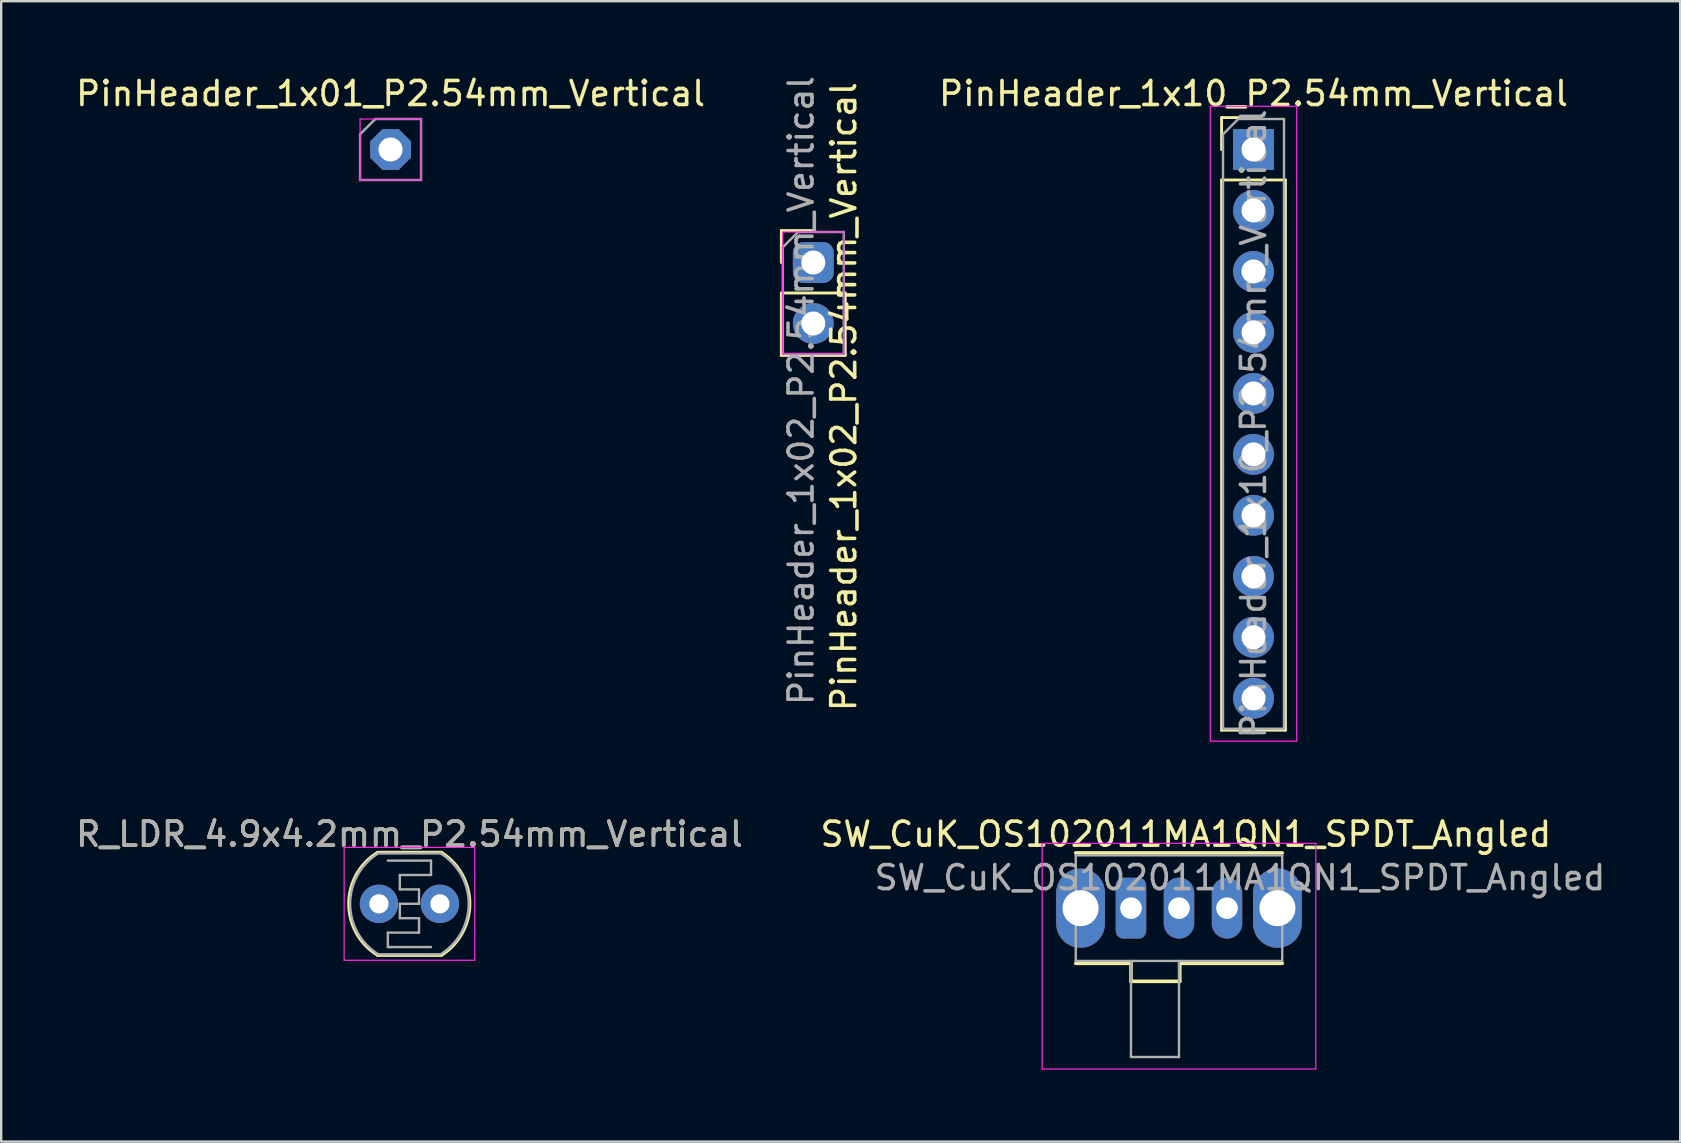
<source format=kicad_pcb>
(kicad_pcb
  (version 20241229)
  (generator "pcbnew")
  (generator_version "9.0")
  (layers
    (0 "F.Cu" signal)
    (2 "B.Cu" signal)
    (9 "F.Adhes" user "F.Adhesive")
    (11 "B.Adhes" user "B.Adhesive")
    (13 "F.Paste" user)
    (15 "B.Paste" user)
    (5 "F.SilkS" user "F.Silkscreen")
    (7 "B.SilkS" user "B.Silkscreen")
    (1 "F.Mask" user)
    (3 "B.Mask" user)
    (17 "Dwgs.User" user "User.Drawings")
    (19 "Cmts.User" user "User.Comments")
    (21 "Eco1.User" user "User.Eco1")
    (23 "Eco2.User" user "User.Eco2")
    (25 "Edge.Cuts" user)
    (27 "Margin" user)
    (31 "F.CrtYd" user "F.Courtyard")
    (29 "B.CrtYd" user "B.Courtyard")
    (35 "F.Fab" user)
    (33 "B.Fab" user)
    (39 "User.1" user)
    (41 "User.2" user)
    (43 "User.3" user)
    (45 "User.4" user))
  (footprint "SW_CuK_OS102011MA1QN1_SPDT_Angled"
    (layer "F.Cu")
    (at 44.065 34.782)
    (property "Reference" "SW_CuK_OS102011MA1QN1_SPDT_Angled" (at 2.286 -3.08 180) (layer "F.SilkS") (effects (font (size 1 1) (thickness 0.15))))
    (attr through_hole)
    (fp_line (start -2.3 -2.3) (end 6.3 -2.3) (stroke (width 0.15) (type solid)) (layer "F.SilkS"))
    (fp_line (start -2.3 2.3) (end 0 2.3) (stroke (width 0.15) (type solid)) (layer "F.SilkS"))
    (fp_line (start 0 2.3) (end 0 3.048) (stroke (width 0.15) (type default)) (layer "F.SilkS"))
    (fp_line (start 0 3.048) (end 2.032 3.048) (stroke (width 0.15) (type default)) (layer "F.SilkS"))
    (fp_line (start 2.032 2.3) (end 2.032 3.048) (stroke (width 0.15) (type default)) (layer "F.SilkS"))
    (fp_line (start 2.032 2.3) (end 6.3 2.3) (stroke (width 0.15) (type solid)) (layer "F.SilkS"))
    (fp_line (start -3.7 -2.7) (end 7.7 -2.7) (stroke (width 0.05) (type solid)) (layer "F.CrtYd"))
    (fp_line (start -3.7 6.7) (end -3.7 -2.7) (stroke (width 0.05) (type solid)) (layer "F.CrtYd"))
    (fp_line (start 7.7 -2.7) (end 7.7 6.7) (stroke (width 0.05) (type solid)) (layer "F.CrtYd"))
    (fp_line (start 7.7 6.7) (end -3.7 6.7) (stroke (width 0.05) (type solid)) (layer "F.CrtYd"))
    (fp_line (start -2.3 -2.2) (end -2.3 2.2) (stroke (width 0.1) (type solid)) (layer "F.Fab"))
    (fp_line (start -2.3 -2.2) (end 6.3 -2.2) (stroke (width 0.1) (type solid)) (layer "F.Fab"))
    (fp_line (start -2.3 2.2) (end 6.3 2.2) (stroke (width 0.1) (type solid)) (layer "F.Fab"))
    (fp_line (start 0 6.2) (end 0 2.2) (stroke (width 0.1) (type solid)) (layer "F.Fab"))
    (fp_line (start 2 2.2) (end 2 6.2) (stroke (width 0.1) (type solid)) (layer "F.Fab"))
    (fp_line (start 2 6.2) (end 0 6.2) (stroke (width 0.1) (type solid)) (layer "F.Fab"))
    (fp_line (start 6.3 2.2) (end 6.3 -2.2) (stroke (width 0.1) (type solid)) (layer "F.Fab"))
    (fp_text user "${REFERENCE}" (at 4.54 -1.27 180) (layer "F.Fab") (effects (font (size 1 1) (thickness 0.15))))
    (pad "" thru_hole oval (at -2.1 0 180) (size 2.032 3.302) (drill 1.5) (layers "*.Cu" "*.Mask"))
    (pad "" thru_hole oval (at 6.1 0 180) (size 2.032 3.302) (drill 1.5) (layers "*.Cu" "*.Mask"))
    (pad "1" thru_hole oval (at 4 0 180) (size 1.27 2.54) (drill 0.9) (layers "*.Cu" "*.Mask"))
    (pad "2" thru_hole oval (at 2 0 180) (size 1.27 2.54) (drill 0.9) (layers "*.Cu" "*.Mask"))
    (pad "3" thru_hole roundrect (at 0 0 180) (size 1.27 2.54) (drill 0.9) (layers "*.Cu" "*.Mask") (roundrect_rratio 0.25)))
  (footprint "PinHeader_1x01_P2.54mm_Vertical"
    (layer "F.Cu")
    (at 13.22 3.178)
    (property "Reference" "PinHeader_1x01_P2.54mm_Vertical" (at 0 -2.33 0) (layer "F.SilkS") (effects (font (size 1 1) (thickness 0.15))))
    (attr through_hole exclude_from_pos_files exclude_from_bom allow_missing_courtyard)
    (fp_line (start -1.27 -1.27) (end -1.27 1.27) (stroke (width 0.05) (type solid)) (layer "F.CrtYd"))
    (fp_line (start -1.27 1.27) (end 1.27 1.27) (stroke (width 0.05) (type solid)) (layer "F.CrtYd"))
    (fp_line (start 1.27 -1.27) (end -1.27 -1.27) (stroke (width 0.05) (type solid)) (layer "F.CrtYd"))
    (fp_line (start 1.27 1.27) (end 1.27 -1.27) (stroke (width 0.05) (type solid)) (layer "F.CrtYd"))
    (fp_line (start -1.27 -0.635) (end -0.635 -1.27) (stroke (width 0.1) (type solid)) (layer "F.Fab"))
    (fp_line (start -1.27 1.27) (end -1.27 -0.635) (stroke (width 0.1) (type solid)) (layer "F.Fab"))
    (fp_line (start -0.635 -1.27) (end 1.27 -1.27) (stroke (width 0.1) (type solid)) (layer "F.Fab"))
    (fp_line (start 1.27 -1.27) (end 1.27 1.27) (stroke (width 0.1) (type solid)) (layer "F.Fab"))
    (fp_line (start 1.27 1.27) (end -1.27 1.27) (stroke (width 0.1) (type solid)) (layer "F.Fab"))
    (pad "1" thru_hole roundrect (at 0 0 180) (size 1.7 1.7) (drill 1) (layers "*.Cu" "*.Mask") (roundrect_rratio 0) (chamfer_ratio 0.3) (chamfer top_left top_right bottom_left bottom_right)))
  (footprint "R_LDR_4.9x4.2mm_P2.54mm_Vertical"
    (layer "F.Cu")
    (at 12.736 34.602)
    (property "Reference" "R_LDR_4.9x4.2mm_P2.54mm_Vertical" (at 1.27 -2.9 0) (layer "F.SilkS") (effects (font (size 1 1) (thickness 0.15))))
    (attr through_hole)
    (fp_line (start -0.05 -2.15) (end 2.6 -2.15) (stroke (width 0.12) (type solid)) (layer "F.SilkS"))
    (fp_line (start -0.05 2.15) (end 2.6 2.15) (stroke (width 0.12) (type solid)) (layer "F.SilkS"))
    (fp_arc (start -0.05 2.15) (mid -1.262424 0.01494) (end -0.075476 -2.134388) (stroke (width 0.12) (type solid)) (layer "F.SilkS"))
    (fp_arc (start 2.6 -2.15) (mid 3.788646 -0.016616) (end 2.628027 2.132145) (stroke (width 0.12) (type solid)) (layer "F.SilkS"))
    (fp_line (start -1.45 -2.35) (end -1.45 2.35) (stroke (width 0.05) (type solid)) (layer "F.CrtYd"))
    (fp_line (start -1.45 -2.35) (end 3.99 -2.35) (stroke (width 0.05) (type solid)) (layer "F.CrtYd"))
    (fp_line (start 3.99 2.35) (end -1.45 2.35) (stroke (width 0.05) (type solid)) (layer "F.CrtYd"))
    (fp_line (start 3.99 2.35) (end 3.99 -2.35) (stroke (width 0.05) (type solid)) (layer "F.CrtYd"))
    (fp_line (start -0.03 -2.1) (end 2.57 -2.1) (stroke (width 0.1) (type solid)) (layer "F.Fab"))
    (fp_line (start 0.37 -1.8) (end 2.17 -1.8) (stroke (width 0.1) (type solid)) (layer "F.Fab"))
    (fp_line (start 0.37 1.2) (end 0.37 1.8) (stroke (width 0.1) (type solid)) (layer "F.Fab"))
    (fp_line (start 0.37 1.2) (end 1.67 1.2) (stroke (width 0.1) (type solid)) (layer "F.Fab"))
    (fp_line (start 0.37 1.8) (end 2.17 1.8) (stroke (width 0.1) (type solid)) (layer "F.Fab"))
    (fp_line (start 0.87 -1.2) (end 0.87 -0.6) (stroke (width 0.1) (type solid)) (layer "F.Fab"))
    (fp_line (start 0.87 -1.2) (end 2.17 -1.2) (stroke (width 0.1) (type solid)) (layer "F.Fab"))
    (fp_line (start 0.87 0) (end 0.87 0.6) (stroke (width 0.1) (type solid)) (layer "F.Fab"))
    (fp_line (start 0.87 0) (end 1.67 0) (stroke (width 0.1) (type solid)) (layer "F.Fab"))
    (fp_line (start 1.67 -0.6) (end 0.87 -0.6) (stroke (width 0.1) (type solid)) (layer "F.Fab"))
    (fp_line (start 1.67 -0.6) (end 1.67 0) (stroke (width 0.1) (type solid)) (layer "F.Fab"))
    (fp_line (start 1.67 0.6) (end 0.87 0.6) (stroke (width 0.1) (type solid)) (layer "F.Fab"))
    (fp_line (start 1.67 0.6) (end 1.67 1.2) (stroke (width 0.1) (type solid)) (layer "F.Fab"))
    (fp_line (start 2.17 -1.8) (end 2.17 -1.2) (stroke (width 0.1) (type solid)) (layer "F.Fab"))
    (fp_line (start 2.57 2.1) (end -0.03 2.1) (stroke (width 0.1) (type solid)) (layer "F.Fab"))
    (fp_arc (start -0.03 2.1) (mid -1.199612 0.031921) (end -0.083843 -2.065698) (stroke (width 0.1) (type solid)) (layer "F.Fab"))
    (fp_arc (start 2.57 -2.1) (mid 3.739612 -0.031921) (end 2.623843 2.065698) (stroke (width 0.1) (type solid)) (layer "F.Fab"))
    (fp_text user "${REFERENCE}" (at 1.27 -2.9 0) (layer "F.Fab") (effects (font (size 1 1) (thickness 0.15))))
    (pad "1" thru_hole circle (at 0 0) (size 1.6 1.6) (drill 0.8) (layers "*.Cu" "*.Mask"))
    (pad "2" thru_hole circle (at 2.54 0) (size 1.6 1.6) (drill 0.8) (layers "*.Cu" "*.Mask")))
  (footprint "PinHeader_1x02_P2.54mm_Vertical"
    (layer "F.Cu")
    (at 30.83 7.886)
    (property "Reference" "PinHeader_1x02_P2.54mm_Vertical" (at 1.27 5.588 90) (layer "F.SilkS") (effects (font (size 1 1) (thickness 0.15))))
    (attr through_hole)
    (fp_line (start -1.33 -1.33) (end 0 -1.33) (stroke (width 0.12) (type solid)) (layer "F.SilkS"))
    (fp_line (start -1.33 0) (end -1.33 -1.33) (stroke (width 0.12) (type solid)) (layer "F.SilkS"))
    (fp_line (start -1.33 1.27) (end -1.33 3.87) (stroke (width 0.12) (type solid)) (layer "F.SilkS"))
    (fp_line (start -1.33 1.27) (end 1.33 1.27) (stroke (width 0.12) (type solid)) (layer "F.SilkS"))
    (fp_line (start -1.33 3.87) (end 1.33 3.87) (stroke (width 0.12) (type solid)) (layer "F.SilkS"))
    (fp_line (start 1.33 1.27) (end 1.33 3.87) (stroke (width 0.12) (type solid)) (layer "F.SilkS"))
    (fp_line (start -1.27 -1.27) (end -1.27 3.8) (stroke (width 0.05) (type solid)) (layer "F.CrtYd"))
    (fp_line (start -1.27 3.8) (end 1.27 3.8) (stroke (width 0.05) (type solid)) (layer "F.CrtYd"))
    (fp_line (start 1.27 -1.27) (end -1.27 -1.27) (stroke (width 0.05) (type solid)) (layer "F.CrtYd"))
    (fp_line (start 1.27 3.8) (end 1.27 -1.27) (stroke (width 0.05) (type solid)) (layer "F.CrtYd"))
    (fp_line (start -1.27 -0.635) (end -0.635 -1.27) (stroke (width 0.1) (type solid)) (layer "F.Fab"))
    (fp_line (start -1.27 3.81) (end -1.27 -0.635) (stroke (width 0.1) (type solid)) (layer "F.Fab"))
    (fp_line (start -0.635 -1.27) (end 1.27 -1.27) (stroke (width 0.1) (type solid)) (layer "F.Fab"))
    (fp_line (start 1.27 -1.27) (end 1.27 3.81) (stroke (width 0.1) (type solid)) (layer "F.Fab"))
    (fp_line (start 1.27 3.81) (end -1.27 3.81) (stroke (width 0.1) (type solid)) (layer "F.Fab"))
    (fp_text user "${REFERENCE}" (at -0.508 5.334 90) (layer "F.Fab") (effects (font (size 1 1) (thickness 0.15))))
    (pad "1" thru_hole roundrect (at 0 0 180) (size 1.7 1.7) (drill 1) (layers "*.Cu" "*.Mask") (roundrect_rratio 0.25))
    (pad "2" thru_hole oval (at 0 2.54 180) (size 1.7 1.7) (drill 1) (layers "*.Cu" "*.Mask")))
  (footprint "PinHeader_1x10_P2.54mm_Vertical"
    (layer "F.Cu")
    (at 49.169 3.178)
    (property "Reference" "PinHeader_1x10_P2.54mm_Vertical" (at 0 -2.33 0) (layer "F.SilkS") (effects (font (size 1 1) (thickness 0.15))))
    (attr through_hole)
    (fp_line (start -1.33 -1.33) (end 0 -1.33) (stroke (width 0.12) (type solid)) (layer "F.SilkS"))
    (fp_line (start -1.33 0) (end -1.33 -1.33) (stroke (width 0.12) (type solid)) (layer "F.SilkS"))
    (fp_line (start -1.33 1.27) (end -1.33 24.19) (stroke (width 0.12) (type solid)) (layer "F.SilkS"))
    (fp_line (start -1.33 1.27) (end 1.33 1.27) (stroke (width 0.12) (type solid)) (layer "F.SilkS"))
    (fp_line (start -1.33 24.19) (end 1.33 24.19) (stroke (width 0.12) (type solid)) (layer "F.SilkS"))
    (fp_line (start 1.33 1.27) (end 1.33 24.19) (stroke (width 0.12) (type solid)) (layer "F.SilkS"))
    (fp_line (start -1.8 -1.8) (end -1.8 24.65) (stroke (width 0.05) (type solid)) (layer "F.CrtYd"))
    (fp_line (start -1.8 24.65) (end 1.8 24.65) (stroke (width 0.05) (type solid)) (layer "F.CrtYd"))
    (fp_line (start 1.8 -1.8) (end -1.8 -1.8) (stroke (width 0.05) (type solid)) (layer "F.CrtYd"))
    (fp_line (start 1.8 24.65) (end 1.8 -1.8) (stroke (width 0.05) (type solid)) (layer "F.CrtYd"))
    (fp_line (start -1.27 -0.635) (end -0.635 -1.27) (stroke (width 0.1) (type solid)) (layer "F.Fab"))
    (fp_line (start -1.27 24.13) (end -1.27 -0.635) (stroke (width 0.1) (type solid)) (layer "F.Fab"))
    (fp_line (start -0.635 -1.27) (end 1.27 -1.27) (stroke (width 0.1) (type solid)) (layer "F.Fab"))
    (fp_line (start 1.27 -1.27) (end 1.27 24.13) (stroke (width 0.1) (type solid)) (layer "F.Fab"))
    (fp_line (start 1.27 24.13) (end -1.27 24.13) (stroke (width 0.1) (type solid)) (layer "F.Fab"))
    (fp_text user "${REFERENCE}" (at 0 11.43 90) (layer "F.Fab") (effects (font (size 1 1) (thickness 0.15))))
    (pad "1" thru_hole rect (at 0 0) (size 1.7 1.7) (drill 1) (layers "*.Cu" "*.Mask"))
    (pad "2" thru_hole oval (at 0 2.54) (size 1.7 1.7) (drill 1) (layers "*.Cu" "*.Mask"))
    (pad "3" thru_hole oval (at 0 5.08) (size 1.7 1.7) (drill 1) (layers "*.Cu" "*.Mask"))
    (pad "4" thru_hole oval (at 0 7.62) (size 1.7 1.7) (drill 1) (layers "*.Cu" "*.Mask"))
    (pad "5" thru_hole oval (at 0 10.16) (size 1.7 1.7) (drill 1) (layers "*.Cu" "*.Mask"))
    (pad "6" thru_hole oval (at 0 12.7) (size 1.7 1.7) (drill 1) (layers "*.Cu" "*.Mask"))
    (pad "7" thru_hole oval (at 0 15.24) (size 1.7 1.7) (drill 1) (layers "*.Cu" "*.Mask"))
    (pad "8" thru_hole oval (at 0 17.78) (size 1.7 1.7) (drill 1) (layers "*.Cu" "*.Mask"))
    (pad "9" thru_hole oval (at 0 20.32) (size 1.7 1.7) (drill 1) (layers "*.Cu" "*.Mask"))
    (pad "10" thru_hole oval (at 0 22.86) (size 1.7 1.7) (drill 1) (layers "*.Cu" "*.Mask")))
  (gr_rect
    (start -3 -3)
    (end 66.944 44.507)
    (stroke (width 0.1) (type default))
    (fill no)
    (layer "Edge.Cuts")))
</source>
